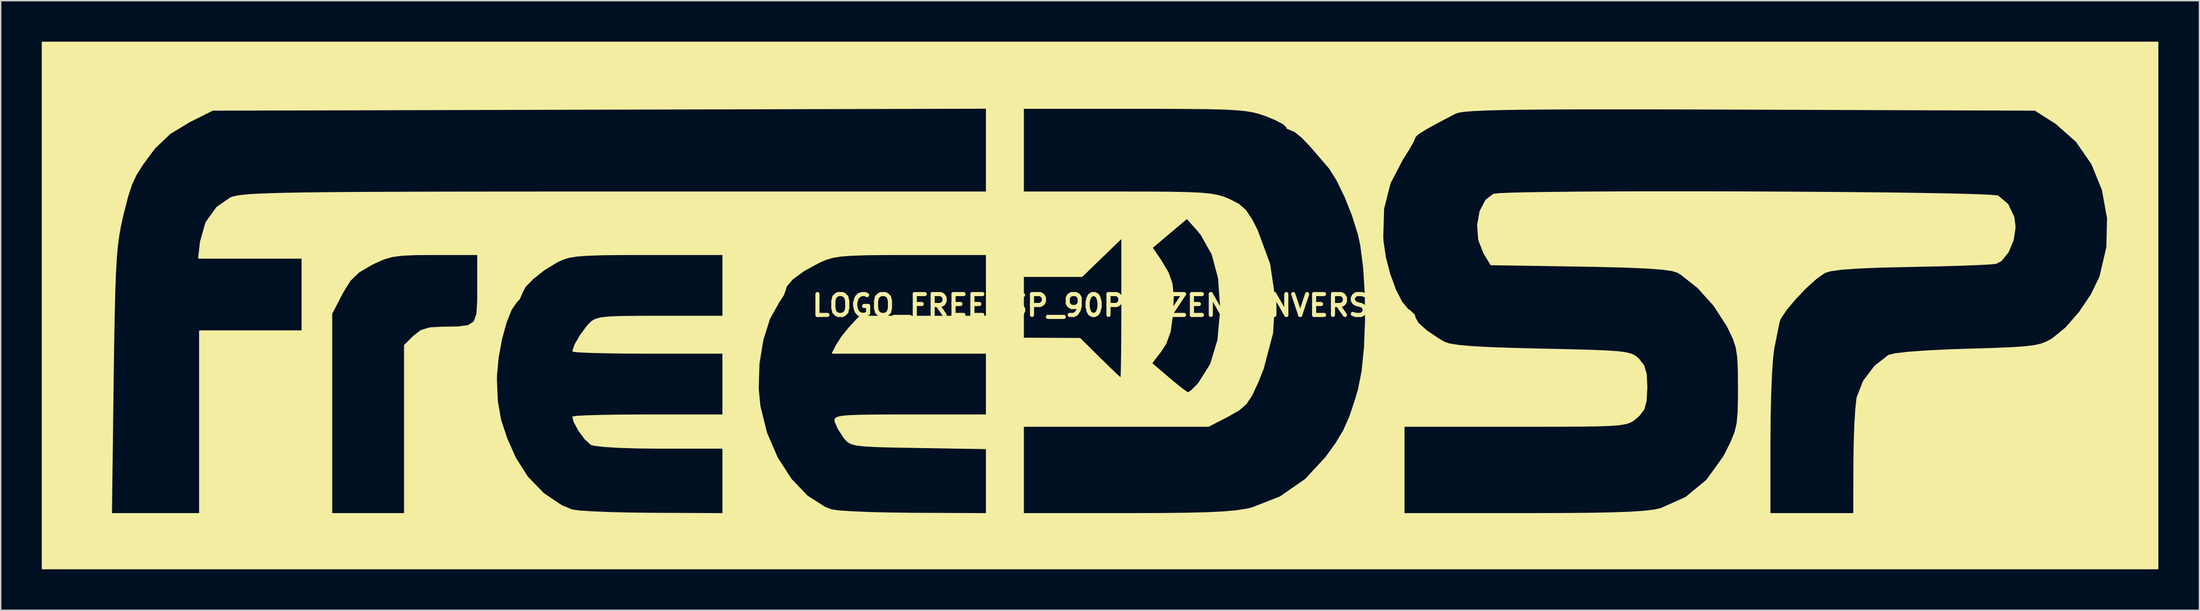
<source format=kicad_pcb>
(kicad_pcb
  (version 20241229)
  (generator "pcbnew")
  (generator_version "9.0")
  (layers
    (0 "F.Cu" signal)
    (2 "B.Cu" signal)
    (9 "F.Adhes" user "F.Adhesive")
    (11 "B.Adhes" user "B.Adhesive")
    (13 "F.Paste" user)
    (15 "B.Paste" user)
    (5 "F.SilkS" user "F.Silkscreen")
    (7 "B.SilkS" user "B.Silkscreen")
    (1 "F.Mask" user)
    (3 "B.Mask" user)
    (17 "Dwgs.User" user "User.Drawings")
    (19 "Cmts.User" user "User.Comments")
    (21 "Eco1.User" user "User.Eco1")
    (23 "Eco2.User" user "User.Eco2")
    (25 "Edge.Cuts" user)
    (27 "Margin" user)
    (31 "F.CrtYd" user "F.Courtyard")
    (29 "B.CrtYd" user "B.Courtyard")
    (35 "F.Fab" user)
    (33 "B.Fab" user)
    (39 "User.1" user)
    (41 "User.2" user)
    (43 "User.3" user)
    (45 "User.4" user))
  (footprint "LOGO_FREEDSP_90PROZENT_INVERSE"
    (layer "F.Cu")
    (at 77.319 19.301)
    (property "Reference" "LOGO_FREEDSP_90PROZENT_INVERSE" (at 0 0 0) (layer "F.SilkS") (effects (font (size 1.524 1.524) (thickness 0.3))))
    (attr through_hole)
    (fp_poly (pts (xy 77.269 19.251) (xy 73.619 19.251) (xy 73.619 -6.395) (xy 73.247 -8.454) (xy 72.48 -10.351) (xy 71.345 -11.999) (xy 69.867 -13.311) (xy 69.678 -13.436) (xy 68.313 -14.304) (xy 47.498 -14.377) (xy 43.56 -14.39) (xy 40.123 -14.397) (xy 37.154 -14.4) (xy 34.621 -14.396) (xy 32.489 -14.386) (xy 30.725 -14.37) (xy 29.297 -14.346) (xy 28.17 -14.315) (xy 27.312 -14.276) (xy 26.69 -14.228) (xy 26.269 -14.171) (xy 26.018 -14.105) (xy 25.975 -14.086) (xy 24.66 -13.398) (xy 23.768 -12.905) (xy 23.239 -12.569) (xy 23.013 -12.356) (xy 22.994 -12.295) (xy 22.857 -11.973) (xy 22.5 -11.353) (xy 22.077 -10.686) (xy 21.175 -8.953) (xy 20.706 -7.098) (xy 20.641 -4.998) (xy 20.66 -4.702) (xy 20.834 -3.514) (xy 21.153 -2.291) (xy 21.566 -1.162) (xy 22.023 -0.258) (xy 22.473 0.291) (xy 22.614 0.372) (xy 22.956 0.706) (xy 22.994 0.877) (xy 23.223 1.3) (xy 23.851 1.864) (xy 24.788 2.494) (xy 25.133 2.693) (xy 25.513 2.824) (xy 26.177 2.932) (xy 27.174 3.022) (xy 28.559 3.096) (xy 30.383 3.158) (xy 32.278 3.204) (xy 34.306 3.249) (xy 35.868 3.292) (xy 37.034 3.339) (xy 37.87 3.398) (xy 38.447 3.476) (xy 38.833 3.58) (xy 39.097 3.717) (xy 39.307 3.895) (xy 39.355 3.943) (xy 39.717 4.419) (xy 39.893 5.028) (xy 39.934 5.958) (xy 39.932 6.064) (xy 39.881 6.996) (xy 39.717 7.59) (xy 39.372 8.04) (xy 39.191 8.204) (xy 38.978 8.379) (xy 38.75 8.517) (xy 38.447 8.623) (xy 38.007 8.702) (xy 37.37 8.756) (xy 36.474 8.791) (xy 35.259 8.811) (xy 33.664 8.82) (xy 31.628 8.823) (xy 30.331 8.823) (xy 22.192 8.823) (xy 22.192 12.032) (xy 22.192 15.24) (xy 30.972 15.24) (xy 33.588 15.234) (xy 35.722 15.216) (xy 37.426 15.184) (xy 38.751 15.135) (xy 39.75 15.068) (xy 40.475 14.981) (xy 40.979 14.871) (xy 40.991 14.867) (xy 42.805 14.052) (xy 44.332 12.79) (xy 45.552 11.098) (xy 45.72 10.785) (xy 46.133 9.951) (xy 46.402 9.281) (xy 46.559 8.617) (xy 46.632 7.804) (xy 46.655 6.685) (xy 46.656 6.016) (xy 46.646 4.694) (xy 46.599 3.755) (xy 46.487 3.049) (xy 46.28 2.425) (xy 45.952 1.731) (xy 45.809 1.454) (xy 44.864 -0.006) (xy 43.68 -1.321) (xy 42.419 -2.316) (xy 42.201 -2.444) (xy 41.798 -2.57) (xy 41.052 -2.672) (xy 39.92 -2.755) (xy 38.359 -2.821) (xy 36.329 -2.873) (xy 35.071 -2.895) (xy 28.567 -2.996) (xy 28.054 -3.838) (xy 27.679 -4.807) (xy 27.596 -5.878) (xy 27.778 -6.895) (xy 28.202 -7.705) (xy 28.754 -8.122) (xy 29.136 -8.167) (xy 29.997 -8.205) (xy 31.283 -8.236) (xy 32.939 -8.261) (xy 34.911 -8.281) (xy 37.145 -8.294) (xy 39.587 -8.302) (xy 42.183 -8.304) (xy 44.878 -8.301) (xy 47.619 -8.293) (xy 50.351 -8.28) (xy 53.02 -8.263) (xy 55.572 -8.241) (xy 57.952 -8.215) (xy 60.107 -8.184) (xy 61.983 -8.15) (xy 63.525 -8.112) (xy 64.678 -8.07) (xy 65.39 -8.025) (xy 65.597 -7.992) (xy 66.309 -7.395) (xy 66.748 -6.464) (xy 66.842 -5.727) (xy 66.7 -4.785) (xy 66.333 -3.916) (xy 65.832 -3.293) (xy 65.456 -3.096) (xy 65.009 -3.052) (xy 64.118 -3.005) (xy 62.872 -2.958) (xy 61.361 -2.915) (xy 59.676 -2.878) (xy 59.222 -2.87) (xy 57.042 -2.82) (xy 55.359 -2.751) (xy 54.133 -2.661) (xy 53.328 -2.545) (xy 52.939 -2.423) (xy 52.318 -1.987) (xy 51.564 -1.303) (xy 50.797 -0.504) (xy 50.136 0.283) (xy 49.703 0.928) (xy 49.606 1.17) (xy 49.487 1.756) (xy 49.314 2.622) (xy 49.208 3.155) (xy 49.121 3.868) (xy 49.044 5.005) (xy 48.984 6.454) (xy 48.944 8.105) (xy 48.928 9.846) (xy 48.928 9.906) (xy 48.928 15.24) (xy 52.003 15.24) (xy 55.078 15.24) (xy 55.09 11.564) (xy 55.11 10.101) (xy 55.159 8.727) (xy 55.228 7.583) (xy 55.311 6.81) (xy 55.324 6.733) (xy 55.784 5.549) (xy 56.616 4.448) (xy 57.618 3.662) (xy 58.076 3.548) (xy 59.002 3.439) (xy 60.326 3.342) (xy 61.981 3.259) (xy 63.368 3.212) (xy 65.18 3.158) (xy 66.542 3.103) (xy 67.539 3.037) (xy 68.256 2.95) (xy 68.777 2.831) (xy 69.186 2.67) (xy 69.569 2.456) (xy 69.598 2.438) (xy 70.57 1.643) (xy 71.557 0.512) (xy 72.426 -0.778) (xy 73.042 -2.049) (xy 73.074 -2.139) (xy 73.57 -4.26) (xy 73.619 -6.395) (xy 73.619 19.251) (xy 19.409 19.251) (xy 19.409 1.127) (xy 19.389 -0.872) (xy 19.272 -2.773) (xy 19.059 -4.42) (xy 18.887 -5.214) (xy 18.457 -6.584) (xy 17.913 -7.954) (xy 17.329 -9.161) (xy 16.777 -10.041) (xy 16.68 -10.16) (xy 16.313 -10.584) (xy 15.749 -11.238) (xy 15.354 -11.697) (xy 14.752 -12.324) (xy 14.238 -12.737) (xy 14.006 -12.834) (xy 13.67 -12.978) (xy 13.636 -13.082) (xy 13.406 -13.3) (xy 12.809 -13.613) (xy 12.155 -13.884) (xy 11.702 -14.042) (xy 11.238 -14.166) (xy 10.695 -14.262) (xy 10.006 -14.332) (xy 9.105 -14.381) (xy 7.925 -14.412) (xy 6.398 -14.429) (xy 4.458 -14.437) (xy 2.53 -14.438) (xy -5.615 -14.438) (xy -5.615 -11.363) (xy -5.615 -8.288) (xy 1.303 -8.288) (xy 3.434 -8.286) (xy 5.103 -8.274) (xy 6.381 -8.248) (xy 7.341 -8.204) (xy 8.056 -8.136) (xy 8.596 -8.041) (xy 9.035 -7.913) (xy 9.43 -7.753) (xy 10.124 -7.393) (xy 10.627 -6.948) (xy 11.077 -6.268) (xy 11.466 -5.504) (xy 12.374 -3.047) (xy 12.749 -0.541) (xy 12.593 2.016) (xy 11.906 4.626) (xy 11.525 5.584) (xy 11.076 6.552) (xy 10.662 7.18) (xy 10.14 7.633) (xy 9.367 8.076) (xy 9.344 8.088) (xy 8.823 8.358) (xy 8.823 0.134) (xy 8.671 -2.003) (xy 8.202 -3.757) (xy 7.399 -5.187) (xy 7.095 -5.556) (xy 6.35 -6.392) (xy 5.07 -5.313) (xy 3.79 -4.233) (xy 4.442 -3.273) (xy 4.96 -2.403) (xy 5.246 -1.579) (xy 5.339 -0.612) (xy 5.279 0.689) (xy 5.279 0.693) (xy 5.113 1.891) (xy 4.801 2.768) (xy 4.447 3.32) (xy 3.752 4.23) (xy 5.018 5.314) (xy 5.702 5.882) (xy 6.218 6.278) (xy 6.435 6.408) (xy 6.694 6.232) (xy 7.133 5.789) (xy 7.218 5.692) (xy 8.091 4.304) (xy 8.624 2.534) (xy 8.822 0.362) (xy 8.823 0.134) (xy 8.823 8.358) (xy 7.925 8.823) (xy 1.604 8.823) (xy 1.604 0.185) (xy 1.604 -4.977) (xy 0.139 -3.558) (xy -1.325 -2.139) (xy -3.47 -2.139) (xy -5.615 -2.139) (xy -5.615 0.134) (xy -5.615 2.406) (xy -3.543 2.417) (xy -1.471 2.427) (xy 0 3.885) (xy 0.703 4.574) (xy 1.241 5.088) (xy 1.52 5.335) (xy 1.537 5.345) (xy 1.558 5.092) (xy 1.576 4.386) (xy 1.591 3.307) (xy 1.6 1.939) (xy 1.604 0.361) (xy 1.604 0.185) (xy 1.604 8.823) (xy 1.155 8.823) (xy -5.615 8.823) (xy -5.615 12.032) (xy -5.615 15.24) (xy 1.949 15.24) (xy 4.365 15.233) (xy 6.311 15.212) (xy 7.853 15.173) (xy 9.054 15.113) (xy 9.981 15.029) (xy 10.698 14.919) (xy 11.08 14.832) (xy 13.164 14.017) (xy 15.015 12.73) (xy 16.488 11.142) (xy 17.257 10.079) (xy 17.819 9.135) (xy 18.265 8.125) (xy 18.684 6.861) (xy 18.892 6.149) (xy 19.161 4.793) (xy 19.333 3.067) (xy 19.409 1.127) (xy 19.409 19.251) (xy 0 19.251) (xy -8.288 19.251) (xy -8.288 15.24) (xy -8.288 12.85) (xy -8.288 10.46) (xy -13.251 10.377) (xy -14.992 10.346) (xy -16.277 10.313) (xy -17.186 10.266) (xy -17.798 10.196) (xy -18.19 10.091) (xy -18.443 9.94) (xy -18.635 9.732) (xy -18.717 9.625) (xy -19.122 8.994) (xy -19.345 8.489) (xy -19.353 8.333) (xy -19.239 8.216) (xy -18.939 8.132) (xy -18.388 8.076) (xy -17.52 8.043) (xy -16.269 8.027) (xy -14.572 8.021) (xy -13.878 8.021) (xy -8.288 8.021) (xy -8.288 5.748) (xy -8.288 3.476) (xy -13.913 3.476) (xy -19.537 3.476) (xy -19.227 2.874) (xy -18.829 2.263) (xy -18.279 1.588) (xy -18.232 1.537) (xy -17.546 0.802) (xy -12.917 0.802) (xy -8.288 0.802) (xy -8.288 -1.471) (xy -8.288 -3.743) (xy -8.288 -8.288) (xy -8.288 -11.368) (xy -8.288 -14.447) (xy -36.563 -14.376) (xy -64.837 -14.304) (xy -66.556 -13.442) (xy -67.966 -12.585) (xy -69.044 -11.551) (xy -69.274 -11.261) (xy -69.955 -10.335) (xy -70.43 -9.586) (xy -70.775 -8.846) (xy -71.065 -7.946) (xy -71.377 -6.718) (xy -71.435 -6.477) (xy -71.584 -5.804) (xy -71.706 -5.121) (xy -71.805 -4.362) (xy -71.884 -3.461) (xy -71.947 -2.353) (xy -71.998 -0.973) (xy -72.04 0.743) (xy -72.078 2.862) (xy -72.114 5.448) (xy -72.115 5.548) (xy -72.24 15.24) (xy -69.006 15.24) (xy -65.773 15.24) (xy -65.773 8.556) (xy -65.773 1.872) (xy -62.029 1.872) (xy -58.286 1.872) (xy -58.286 -0.802) (xy -58.286 -3.476) (xy -62.064 -3.476) (xy -65.842 -3.476) (xy -65.709 -4.655) (xy -65.314 -6.058) (xy -64.509 -7.18) (xy -63.532 -7.854) (xy -63.345 -7.925) (xy -63.079 -7.988) (xy -62.704 -8.043) (xy -62.188 -8.092) (xy -61.5 -8.133) (xy -60.609 -8.168) (xy -59.484 -8.198) (xy -58.093 -8.222) (xy -56.405 -8.242) (xy -54.39 -8.258) (xy -52.015 -8.269) (xy -49.25 -8.278) (xy -46.063 -8.283) (xy -42.423 -8.287) (xy -38.3 -8.288) (xy -35.453 -8.288) (xy -8.288 -8.288) (xy -8.288 -3.743) (xy -13.807 -3.743) (xy -15.682 -3.74) (xy -17.108 -3.724) (xy -18.168 -3.689) (xy -18.947 -3.627) (xy -19.529 -3.531) (xy -20 -3.394) (xy -20.445 -3.207) (xy -20.558 -3.153) (xy -21.664 -2.547) (xy -22.486 -1.94) (xy -22.936 -1.405) (xy -22.994 -1.193) (xy -23.146 -0.767) (xy -23.489 -0.237) (xy -24.158 0.958) (xy -24.648 2.513) (xy -24.934 4.276) (xy -24.987 6.096) (xy -24.863 7.366) (xy -24.375 9.332) (xy -23.593 11.144) (xy -22.579 12.716) (xy -21.392 13.959) (xy -20.092 14.787) (xy -19.609 14.966) (xy -19.111 15.038) (xy -18.175 15.103) (xy -16.898 15.157) (xy -15.376 15.196) (xy -13.707 15.216) (xy -13.569 15.217) (xy -8.288 15.24) (xy -8.288 19.251) (xy -27.539 19.251) (xy -27.539 15.24) (xy -27.539 12.834) (xy -27.539 10.427) (xy -32.102 10.427) (xy -33.737 10.411) (xy -35.154 10.367) (xy -36.265 10.298) (xy -36.98 10.21) (xy -37.179 10.152) (xy -37.604 9.767) (xy -38.064 9.146) (xy -38.408 8.512) (xy -38.501 8.168) (xy -38.247 8.124) (xy -37.537 8.085) (xy -36.451 8.054) (xy -35.067 8.032) (xy -33.464 8.022) (xy -33.02 8.021) (xy -27.539 8.021) (xy -27.539 5.748) (xy -27.539 3.476) (xy -33.02 3.476) (xy -34.667 3.469) (xy -36.115 3.449) (xy -37.287 3.419) (xy -38.102 3.381) (xy -38.483 3.337) (xy -38.501 3.325) (xy -38.348 2.874) (xy -37.969 2.217) (xy -37.484 1.556) (xy -37.352 1.404) (xy -37.13 1.186) (xy -36.868 1.028) (xy -36.481 0.921) (xy -35.887 0.854) (xy -35.002 0.819) (xy -33.742 0.805) (xy -32.171 0.802) (xy -27.539 0.802) (xy -27.539 -1.471) (xy -27.539 -3.743) (xy -33.091 -3.743) (xy -34.973 -3.74) (xy -36.403 -3.724) (xy -37.462 -3.689) (xy -38.232 -3.629) (xy -38.795 -3.536) (xy -39.233 -3.403) (xy -39.628 -3.223) (xy -39.708 -3.181) (xy -40.618 -2.622) (xy -41.424 -1.991) (xy -42.006 -1.393) (xy -42.244 -0.937) (xy -42.244 -0.919) (xy -42.431 -0.495) (xy -42.644 -0.268) (xy -43.033 0.293) (xy -43.41 1.247) (xy -43.739 2.454) (xy -43.983 3.772) (xy -44.106 5.061) (xy -44.114 5.442) (xy -44.047 6.995) (xy -43.812 8.353) (xy -43.359 9.733) (xy -42.725 11.159) (xy -41.838 12.557) (xy -40.666 13.766) (xy -39.35 14.654) (xy -38.567 14.973) (xy -38.074 15.044) (xy -37.145 15.107) (xy -35.876 15.16) (xy -34.367 15.198) (xy -32.713 15.217) (xy -32.686 15.217) (xy -27.539 15.24) (xy -27.539 19.251) (xy -45.453 19.251) (xy -45.453 -1.234) (xy -45.453 -3.743) (xy -48.613 -3.743) (xy -50 -3.734) (xy -50.991 -3.69) (xy -51.722 -3.591) (xy -52.333 -3.415) (xy -52.96 -3.138) (xy -53.221 -3.008) (xy -54.162 -2.455) (xy -54.803 -1.836) (xy -55.356 -0.938) (xy -55.408 -0.838) (xy -56.147 0.596) (xy -56.147 7.918) (xy -56.147 15.24) (xy -53.474 15.24) (xy -50.8 15.24) (xy -50.8 9.078) (xy -50.8 2.917) (xy -50.144 2.26) (xy -49.609 1.846) (xy -48.954 1.648) (xy -48.072 1.601) (xy -46.91 1.585) (xy -46.155 1.483) (xy -45.72 1.199) (xy -45.516 0.637) (xy -45.456 -0.296) (xy -45.453 -1.234) (xy -45.453 19.251) (xy -77.269 19.251) (xy -77.269 0) (xy -77.269 -19.251) (xy 0 -19.251) (xy 77.269 -19.251) (xy 77.269 0) (xy 77.269 19.251)) (stroke (width 0.1) (type solid)) (fill yes) (layer "F.SilkS")))
  (gr_rect
    (start -3 -3)
    (end 157.639 41.601)
    (stroke (width 0.1) (type default))
    (fill no)
    (layer "Edge.Cuts")))
</source>
